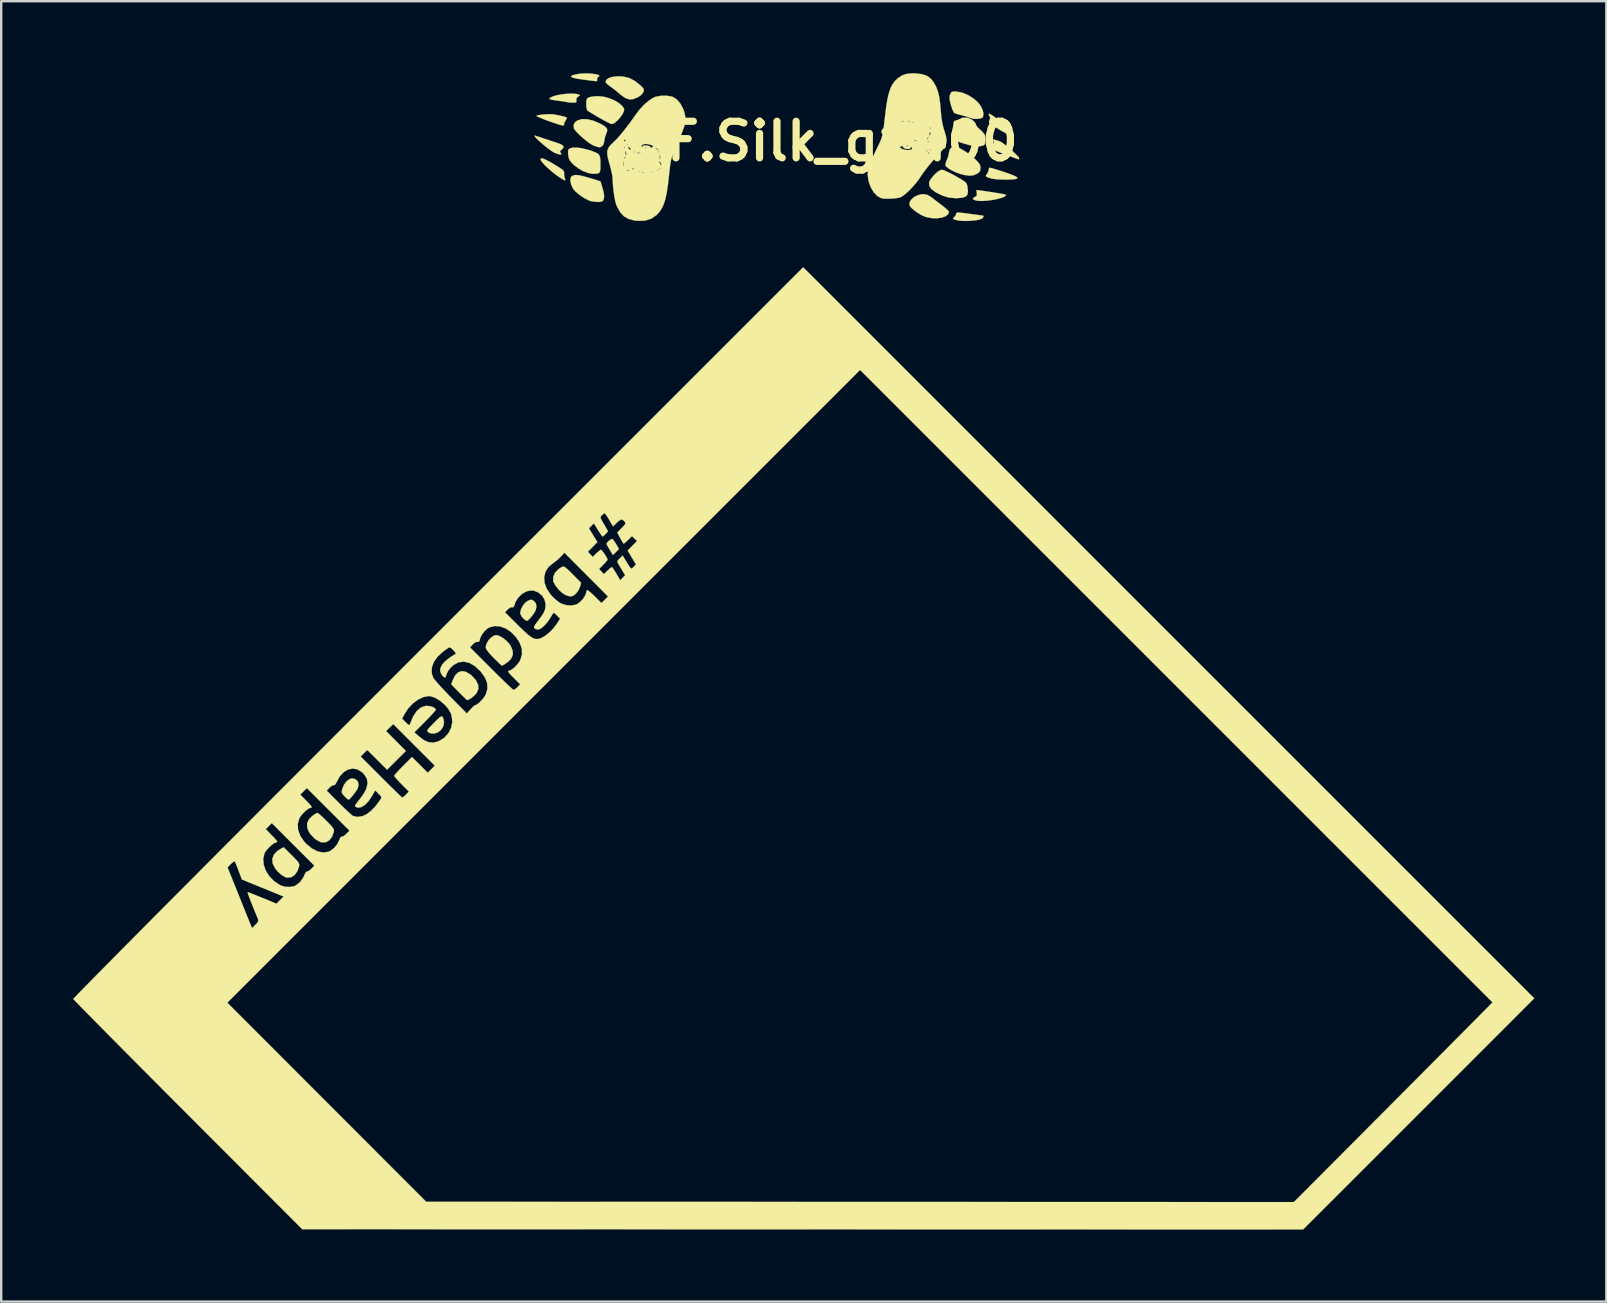
<source format=kicad_pcb>
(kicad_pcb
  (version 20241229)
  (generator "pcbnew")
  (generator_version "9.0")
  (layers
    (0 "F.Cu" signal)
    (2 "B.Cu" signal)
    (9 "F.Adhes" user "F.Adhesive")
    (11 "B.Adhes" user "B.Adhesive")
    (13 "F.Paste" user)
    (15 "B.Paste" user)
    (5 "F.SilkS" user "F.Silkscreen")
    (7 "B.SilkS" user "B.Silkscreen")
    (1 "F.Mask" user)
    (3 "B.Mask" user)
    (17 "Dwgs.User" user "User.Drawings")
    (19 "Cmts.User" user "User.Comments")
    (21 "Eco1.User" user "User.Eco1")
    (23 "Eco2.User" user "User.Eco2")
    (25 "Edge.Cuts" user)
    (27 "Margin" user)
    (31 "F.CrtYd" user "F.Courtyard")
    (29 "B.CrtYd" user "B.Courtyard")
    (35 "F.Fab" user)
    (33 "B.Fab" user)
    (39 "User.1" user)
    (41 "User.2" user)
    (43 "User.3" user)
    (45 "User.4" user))
  (footprint "F.Silk_g1400"
    (layer "F.Cu")
    (at 32.043 2.837)
    (property "Reference" "F.Silk_g1400" (at 0 0 0) (layer "F.SilkS") (effects (font (size 1.524 1.524) (thickness 0.3))))
    (attr through_hole)
    (fp_poly (pts (xy -9.574 16.569) (xy -9.531 16.618) (xy -9.464 16.715) (xy -9.418 16.79) (xy -9.304 16.986) (xy -9.43 17.112) (xy -9.555 17.237) (xy -9.688 17.021) (xy -9.759 16.9) (xy -9.808 16.808) (xy -9.821 16.771) (xy -9.792 16.713) (xy -9.723 16.644) (xy -9.643 16.588) (xy -9.583 16.566) (xy -9.574 16.569)) (stroke (width 0.01) (type solid)) (fill yes) (layer "F.SilkS"))
    (fp_poly (pts (xy -22.938 29.746) (xy -22.792 29.894) (xy -22.697 29.998) (xy -22.645 30.072) (xy -22.625 30.132) (xy -22.628 30.191) (xy -22.631 30.205) (xy -22.704 30.412) (xy -22.816 30.567) (xy -22.955 30.66) (xy -23.111 30.682) (xy -23.199 30.661) (xy -23.356 30.572) (xy -23.518 30.428) (xy -23.626 30.299) (xy -23.729 30.1) (xy -23.749 29.908) (xy -23.688 29.731) (xy -23.549 29.575) (xy -23.403 29.482) (xy -23.272 29.414) (xy -22.938 29.746)) (stroke (width 0.01) (type solid)) (fill yes) (layer "F.SilkS"))
    (fp_poly (pts (xy -16.649 23.987) (xy -16.648 23.989) (xy -16.613 24.078) (xy -16.595 24.203) (xy -16.595 24.227) (xy -16.63 24.39) (xy -16.722 24.527) (xy -16.852 24.627) (xy -17.003 24.677) (xy -17.155 24.668) (xy -17.253 24.619) (xy -17.286 24.589) (xy -17.293 24.554) (xy -17.266 24.503) (xy -17.197 24.422) (xy -17.079 24.299) (xy -17.018 24.237) (xy -16.876 24.096) (xy -16.78 24.008) (xy -16.718 23.966) (xy -16.678 23.962) (xy -16.649 23.987)) (stroke (width 0.01) (type solid)) (fill yes) (layer "F.SilkS"))
    (fp_poly (pts (xy -15.677 22.105) (xy -15.49 22.218) (xy -15.444 22.258) (xy -15.267 22.452) (xy -15.173 22.639) (xy -15.162 22.818) (xy -15.235 22.987) (xy -15.266 23.028) (xy -15.356 23.116) (xy -15.466 23.201) (xy -15.569 23.263) (xy -15.63 23.283) (xy -15.664 23.255) (xy -15.744 23.179) (xy -15.858 23.066) (xy -15.968 22.955) (xy -16.293 22.627) (xy -16.236 22.466) (xy -16.133 22.255) (xy -16.003 22.124) (xy -15.849 22.074) (xy -15.677 22.105)) (stroke (width 0.01) (type solid)) (fill yes) (layer "F.SilkS"))
    (fp_poly (pts (xy -20.277 26.578) (xy -20.187 26.669) (xy -20.153 26.8) (xy -20.186 26.952) (xy -20.199 26.98) (xy -20.254 27.069) (xy -20.336 27.18) (xy -20.425 27.291) (xy -20.506 27.381) (xy -20.56 27.429) (xy -20.569 27.432) (xy -20.614 27.404) (xy -20.694 27.333) (xy -20.738 27.289) (xy -20.821 27.197) (xy -20.854 27.126) (xy -20.847 27.041) (xy -20.83 26.976) (xy -20.757 26.802) (xy -20.647 26.66) (xy -20.519 26.568) (xy -20.415 26.543) (xy -20.277 26.578)) (stroke (width 0.01) (type solid)) (fill yes) (layer "F.SilkS"))
    (fp_poly (pts (xy -12.856 19.147) (xy -12.851 19.15) (xy -12.765 19.253) (xy -12.741 19.394) (xy -12.781 19.551) (xy -12.791 19.571) (xy -12.862 19.688) (xy -12.952 19.807) (xy -13.042 19.909) (xy -13.114 19.971) (xy -13.14 19.981) (xy -13.201 19.953) (xy -13.286 19.883) (xy -13.306 19.863) (xy -13.381 19.761) (xy -13.419 19.663) (xy -13.42 19.649) (xy -13.386 19.496) (xy -13.301 19.335) (xy -13.185 19.203) (xy -13.103 19.148) (xy -13.002 19.106) (xy -12.933 19.105) (xy -12.856 19.147)) (stroke (width 0.01) (type solid)) (fill yes) (layer "F.SilkS"))
    (fp_poly (pts (xy -10.567 -2.825) (xy -10.405 -2.813) (xy -10.268 -2.793) (xy -10.168 -2.767) (xy -10.12 -2.736) (xy -10.136 -2.703) (xy -10.169 -2.687) (xy -10.217 -2.63) (xy -10.214 -2.58) (xy -10.217 -2.513) (xy -10.25 -2.503) (xy -10.313 -2.511) (xy -10.441 -2.526) (xy -10.615 -2.548) (xy -10.806 -2.573) (xy -11.053 -2.61) (xy -11.216 -2.646) (xy -11.295 -2.683) (xy -11.292 -2.721) (xy -11.206 -2.76) (xy -11.06 -2.796) (xy -10.907 -2.818) (xy -10.739 -2.827) (xy -10.567 -2.825)) (stroke (width 0.01) (type solid)) (fill yes) (layer "F.SilkS"))
    (fp_poly (pts (xy -11.596 17.723) (xy -11.536 17.756) (xy -11.451 17.828) (xy -11.327 17.947) (xy -11.234 18.04) (xy -10.881 18.394) (xy -10.926 18.56) (xy -10.993 18.712) (xy -11.095 18.844) (xy -11.211 18.935) (xy -11.31 18.964) (xy -11.416 18.945) (xy -11.539 18.899) (xy -11.548 18.895) (xy -11.684 18.803) (xy -11.823 18.669) (xy -11.944 18.518) (xy -12.026 18.374) (xy -12.047 18.31) (xy -12.039 18.13) (xy -11.956 17.959) (xy -11.804 17.81) (xy -11.689 17.739) (xy -11.642 17.72) (xy -11.596 17.723)) (stroke (width 0.01) (type solid)) (fill yes) (layer "F.SilkS"))
    (fp_poly (pts (xy -10.98 1.413) (xy -10.792 1.454) (xy -10.538 1.526) (xy -10.517 1.533) (xy -10.074 1.668) (xy -9.986 1.963) (xy -9.936 2.157) (xy -9.922 2.296) (xy -9.935 2.389) (xy -9.965 2.467) (xy -10.013 2.507) (xy -10.105 2.525) (xy -10.183 2.529) (xy -10.445 2.503) (xy -10.575 2.457) (xy -10.784 2.344) (xy -10.977 2.211) (xy -11.133 2.074) (xy -11.217 1.971) (xy -11.297 1.802) (xy -11.33 1.643) (xy -11.314 1.516) (xy -11.282 1.467) (xy -11.213 1.421) (xy -11.116 1.402) (xy -10.98 1.413)) (stroke (width 0.01) (type solid)) (fill yes) (layer "F.SilkS"))
    (fp_poly (pts (xy -21.817 28.011) (xy -21.727 28.088) (xy -21.606 28.201) (xy -21.489 28.316) (xy -21.344 28.465) (xy -21.25 28.57) (xy -21.198 28.645) (xy -21.179 28.705) (xy -21.183 28.764) (xy -21.185 28.773) (xy -21.259 28.976) (xy -21.374 29.123) (xy -21.518 29.204) (xy -21.682 29.211) (xy -21.745 29.194) (xy -21.96 29.074) (xy -22.152 28.876) (xy -22.2 28.809) (xy -22.291 28.616) (xy -22.299 28.43) (xy -22.242 28.283) (xy -22.169 28.192) (xy -22.065 28.098) (xy -21.957 28.021) (xy -21.872 27.983) (xy -21.862 27.982) (xy -21.817 28.011)) (stroke (width 0.01) (type solid)) (fill yes) (layer "F.SilkS"))
    (fp_poly (pts (xy -14.294 20.606) (xy -14.146 20.689) (xy -13.997 20.806) (xy -13.872 20.94) (xy -13.826 21.008) (xy -13.737 21.208) (xy -13.725 21.38) (xy -13.788 21.537) (xy -13.827 21.588) (xy -13.916 21.676) (xy -14.027 21.761) (xy -14.13 21.824) (xy -14.191 21.844) (xy -14.225 21.816) (xy -14.305 21.74) (xy -14.419 21.628) (xy -14.532 21.515) (xy -14.707 21.329) (xy -14.816 21.189) (xy -14.858 21.097) (xy -14.859 21.09) (xy -14.827 20.941) (xy -14.743 20.793) (xy -14.627 20.669) (xy -14.498 20.59) (xy -14.417 20.574) (xy -14.294 20.606)) (stroke (width 0.01) (type solid)) (fill yes) (layer "F.SilkS"))
    (fp_poly (pts (xy -12.394 0.748) (xy -12.234 0.829) (xy -12.034 0.945) (xy -11.845 1.059) (xy -11.718 1.141) (xy -11.64 1.201) (xy -11.601 1.25) (xy -11.588 1.3) (xy -11.59 1.355) (xy -11.585 1.467) (xy -11.556 1.546) (xy -11.556 1.547) (xy -11.535 1.605) (xy -11.548 1.624) (xy -11.596 1.611) (xy -11.695 1.555) (xy -11.828 1.468) (xy -11.925 1.399) (xy -12.095 1.266) (xy -12.257 1.125) (xy -12.399 0.989) (xy -12.506 0.87) (xy -12.565 0.784) (xy -12.573 0.757) (xy -12.556 0.714) (xy -12.498 0.71) (xy -12.394 0.748)) (stroke (width 0.01) (type solid)) (fill yes) (layer "F.SilkS"))
    (fp_poly (pts (xy 4.909 2.974) (xy 5.057 2.99) (xy 5.273 3.018) (xy 5.334 3.027) (xy 5.523 3.052) (xy 5.682 3.073) (xy 5.793 3.086) (xy 5.831 3.089) (xy 5.884 3.112) (xy 5.877 3.161) (xy 5.823 3.217) (xy 5.747 3.253) (xy 5.564 3.291) (xy 5.336 3.314) (xy 5.099 3.32) (xy 4.892 3.307) (xy 4.854 3.301) (xy 4.702 3.269) (xy 4.628 3.237) (xy 4.623 3.198) (xy 4.667 3.156) (xy 4.728 3.082) (xy 4.741 3.033) (xy 4.745 2.999) (xy 4.766 2.978) (xy 4.816 2.97) (xy 4.909 2.974)) (stroke (width 0.01) (type solid)) (fill yes) (layer "F.SilkS"))
    (fp_poly (pts (xy 6.208 1.114) (xy 6.33 1.149) (xy 6.5 1.201) (xy 6.7 1.266) (xy 6.753 1.284) (xy 7.012 1.374) (xy 7.188 1.446) (xy 7.284 1.501) (xy 7.3 1.541) (xy 7.236 1.569) (xy 7.094 1.587) (xy 6.874 1.596) (xy 6.858 1.596) (xy 6.622 1.594) (xy 6.408 1.58) (xy 6.244 1.557) (xy 6.212 1.549) (xy 6.066 1.506) (xy 5.993 1.468) (xy 5.981 1.426) (xy 6.021 1.368) (xy 6.026 1.362) (xy 6.082 1.264) (xy 6.096 1.193) (xy 6.117 1.12) (xy 6.15 1.101) (xy 6.208 1.114)) (stroke (width 0.01) (type solid)) (fill yes) (layer "F.SilkS"))
    (fp_poly (pts (xy -12.042 -1.122) (xy -12.031 -1.121) (xy -11.827 -1.084) (xy -11.657 -1.047) (xy -11.534 -1.012) (xy -11.475 -0.985) (xy -11.472 -0.979) (xy -11.494 -0.926) (xy -11.537 -0.858) (xy -11.581 -0.772) (xy -11.59 -0.717) (xy -11.591 -0.678) (xy -11.622 -0.662) (xy -11.695 -0.669) (xy -11.819 -0.702) (xy -12.003 -0.763) (xy -12.203 -0.833) (xy -12.4 -0.906) (xy -12.565 -0.971) (xy -12.683 -1.022) (xy -12.74 -1.053) (xy -12.742 -1.058) (xy -12.704 -1.08) (xy -12.604 -1.1) (xy -12.464 -1.117) (xy -12.309 -1.127) (xy -12.161 -1.13) (xy -12.042 -1.122)) (stroke (width 0.01) (type solid)) (fill yes) (layer "F.SilkS"))
    (fp_poly (pts (xy 5.664 2.038) (xy 5.792 2.055) (xy 5.961 2.079) (xy 6.153 2.108) (xy 6.349 2.138) (xy 6.53 2.168) (xy 6.68 2.194) (xy 6.778 2.213) (xy 6.807 2.221) (xy 6.81 2.266) (xy 6.743 2.313) (xy 6.621 2.36) (xy 6.459 2.404) (xy 6.272 2.441) (xy 6.075 2.469) (xy 5.882 2.484) (xy 5.708 2.484) (xy 5.588 2.47) (xy 5.474 2.433) (xy 5.441 2.388) (xy 5.49 2.338) (xy 5.516 2.325) (xy 5.594 2.273) (xy 5.609 2.197) (xy 5.602 2.153) (xy 5.59 2.067) (xy 5.595 2.032) (xy 5.664 2.038)) (stroke (width 0.01) (type solid)) (fill yes) (layer "F.SilkS"))
    (fp_poly (pts (xy 6.141 -1.141) (xy 6.227 -1.094) (xy 6.349 -1.012) (xy 6.492 -0.907) (xy 6.641 -0.79) (xy 6.783 -0.672) (xy 6.902 -0.563) (xy 6.98 -0.48) (xy 7.07 -0.354) (xy 7.095 -0.273) (xy 7.055 -0.23) (xy 7.046 -0.227) (xy 6.996 -0.243) (xy 6.889 -0.295) (xy 6.743 -0.375) (xy 6.59 -0.463) (xy 6.387 -0.584) (xy 6.248 -0.671) (xy 6.162 -0.733) (xy 6.119 -0.78) (xy 6.11 -0.821) (xy 6.125 -0.864) (xy 6.137 -0.887) (xy 6.165 -0.976) (xy 6.137 -1.038) (xy 6.103 -1.112) (xy 6.103 -1.144) (xy 6.141 -1.141)) (stroke (width 0.01) (type solid)) (fill yes) (layer "F.SilkS"))
    (fp_poly (pts (xy -11.11 -1.978) (xy -10.986 -1.951) (xy -10.931 -1.924) (xy -10.945 -1.898) (xy -11.001 -1.866) (xy -11.075 -1.799) (xy -11.08 -1.711) (xy -11.075 -1.646) (xy -11.107 -1.618) (xy -11.197 -1.611) (xy -11.235 -1.612) (xy -11.355 -1.617) (xy -11.439 -1.627) (xy -11.451 -1.63) (xy -11.51 -1.642) (xy -11.631 -1.661) (xy -11.792 -1.685) (xy -11.868 -1.695) (xy -12.046 -1.721) (xy -12.151 -1.743) (xy -12.197 -1.766) (xy -12.194 -1.792) (xy -12.186 -1.802) (xy -12.085 -1.86) (xy -11.923 -1.911) (xy -11.722 -1.951) (xy -11.504 -1.977) (xy -11.293 -1.987) (xy -11.11 -1.978)) (stroke (width 0.01) (type solid)) (fill yes) (layer "F.SilkS"))
    (fp_poly (pts (xy -9.152 -2.7) (xy -8.895 -2.644) (xy -8.651 -2.52) (xy -8.435 -2.35) (xy -8.329 -2.251) (xy -8.276 -2.184) (xy -8.265 -2.128) (xy -8.286 -2.059) (xy -8.291 -2.046) (xy -8.387 -1.921) (xy -8.533 -1.828) (xy -8.709 -1.758) (xy -8.853 -1.743) (xy -8.992 -1.783) (xy -9.038 -1.806) (xy -9.15 -1.877) (xy -9.276 -1.976) (xy -9.313 -2.01) (xy -9.439 -2.116) (xy -9.59 -2.231) (xy -9.663 -2.282) (xy -9.772 -2.365) (xy -9.845 -2.439) (xy -9.864 -2.476) (xy -9.824 -2.569) (xy -9.715 -2.642) (xy -9.549 -2.69) (xy -9.338 -2.708) (xy -9.152 -2.7)) (stroke (width 0.01) (type solid)) (fill yes) (layer "F.SilkS"))
    (fp_poly (pts (xy -11.023 0.265) (xy -10.793 0.301) (xy -10.541 0.368) (xy -10.45 0.399) (xy -10.287 0.461) (xy -10.18 0.518) (xy -10.117 0.589) (xy -10.087 0.694) (xy -10.077 0.852) (xy -10.076 1.001) (xy -10.08 1.173) (xy -10.102 1.278) (xy -10.157 1.332) (xy -10.261 1.352) (xy -10.39 1.355) (xy -10.58 1.324) (xy -10.802 1.239) (xy -10.82 1.23) (xy -10.985 1.133) (xy -11.146 1.015) (xy -11.235 0.936) (xy -11.34 0.814) (xy -11.395 0.7) (xy -11.42 0.557) (xy -11.427 0.428) (xy -11.413 0.354) (xy -11.368 0.309) (xy -11.344 0.296) (xy -11.213 0.263) (xy -11.023 0.265)) (stroke (width 0.01) (type solid)) (fill yes) (layer "F.SilkS"))
    (fp_poly (pts (xy -10.626 -0.919) (xy -10.374 -0.86) (xy -10.121 -0.753) (xy -9.946 -0.657) (xy -9.841 -0.578) (xy -9.795 -0.5) (xy -9.8 -0.408) (xy -9.84 -0.302) (xy -9.888 -0.167) (xy -9.914 -0.04) (xy -9.916 -0.013) (xy -9.943 0.113) (xy -10.012 0.21) (xy -10.104 0.252) (xy -10.114 0.252) (xy -10.193 0.235) (xy -10.312 0.197) (xy -10.363 0.178) (xy -10.477 0.115) (xy -10.622 0.013) (xy -10.781 -0.115) (xy -10.934 -0.252) (xy -11.064 -0.382) (xy -11.153 -0.489) (xy -11.178 -0.533) (xy -11.196 -0.676) (xy -11.132 -0.795) (xy -11.03 -0.87) (xy -10.85 -0.923) (xy -10.626 -0.919)) (stroke (width 0.01) (type solid)) (fill yes) (layer "F.SilkS"))
    (fp_poly (pts (xy 3.539 2.229) (xy 3.693 2.318) (xy 3.798 2.399) (xy 3.943 2.51) (xy 4.102 2.63) (xy 4.144 2.662) (xy 4.278 2.768) (xy 4.382 2.861) (xy 4.439 2.924) (xy 4.445 2.939) (xy 4.406 3.044) (xy 4.301 3.125) (xy 4.144 3.181) (xy 3.951 3.208) (xy 3.738 3.203) (xy 3.52 3.163) (xy 3.443 3.139) (xy 3.297 3.074) (xy 3.139 2.979) (xy 2.99 2.872) (xy 2.872 2.767) (xy 2.807 2.682) (xy 2.805 2.677) (xy 2.801 2.559) (xy 2.864 2.439) (xy 2.98 2.332) (xy 3.132 2.25) (xy 3.305 2.206) (xy 3.37 2.202) (xy 3.539 2.229)) (stroke (width 0.01) (type solid)) (fill yes) (layer "F.SilkS"))
    (fp_poly (pts (xy -12.79 -0.23) (xy -12.691 -0.202) (xy -12.549 -0.157) (xy -12.478 -0.132) (xy -12.278 -0.065) (xy -12.073 0.004) (xy -11.901 0.059) (xy -11.881 0.066) (xy -11.711 0.131) (xy -11.624 0.195) (xy -11.615 0.262) (xy -11.682 0.337) (xy -11.686 0.34) (xy -11.752 0.401) (xy -11.752 0.451) (xy -11.73 0.483) (xy -11.697 0.535) (xy -11.734 0.549) (xy -11.753 0.549) (xy -11.844 0.531) (xy -11.963 0.49) (xy -11.977 0.484) (xy -12.077 0.428) (xy -12.209 0.335) (xy -12.358 0.22) (xy -12.509 0.094) (xy -12.646 -0.028) (xy -12.754 -0.134) (xy -12.817 -0.21) (xy -12.827 -0.235) (xy -12.79 -0.23)) (stroke (width 0.01) (type solid)) (fill yes) (layer "F.SilkS"))
    (fp_poly (pts (xy 4.225 1.206) (xy 4.358 1.262) (xy 4.527 1.345) (xy 4.713 1.446) (xy 4.721 1.45) (xy 4.912 1.561) (xy 5.043 1.641) (xy 5.126 1.703) (xy 5.174 1.758) (xy 5.199 1.819) (xy 5.216 1.896) (xy 5.217 1.906) (xy 5.237 2.09) (xy 5.214 2.221) (xy 5.138 2.305) (xy 5.002 2.351) (xy 4.795 2.368) (xy 4.707 2.369) (xy 4.428 2.342) (xy 4.175 2.264) (xy 3.91 2.135) (xy 3.728 2.002) (xy 3.629 1.866) (xy 3.613 1.729) (xy 3.642 1.649) (xy 3.734 1.511) (xy 3.852 1.378) (xy 3.977 1.268) (xy 4.09 1.199) (xy 4.145 1.185) (xy 4.225 1.206)) (stroke (width 0.01) (type solid)) (fill yes) (layer "F.SilkS"))
    (fp_poly (pts (xy -9.93 -1.855) (xy -9.695 -1.79) (xy -9.474 -1.695) (xy -9.286 -1.578) (xy -9.148 -1.449) (xy -9.089 -1.347) (xy -9.097 -1.258) (xy -9.155 -1.137) (xy -9.248 -1.003) (xy -9.361 -0.876) (xy -9.475 -0.777) (xy -9.577 -0.724) (xy -9.605 -0.72) (xy -9.667 -0.74) (xy -9.784 -0.796) (xy -9.941 -0.878) (xy -10.118 -0.978) (xy -10.295 -1.081) (xy -10.448 -1.173) (xy -10.56 -1.242) (xy -10.615 -1.279) (xy -10.646 -1.346) (xy -10.665 -1.47) (xy -10.668 -1.551) (xy -10.664 -1.687) (xy -10.644 -1.763) (xy -10.598 -1.808) (xy -10.552 -1.831) (xy -10.447 -1.857) (xy -10.295 -1.875) (xy -10.159 -1.879) (xy -9.93 -1.855)) (stroke (width 0.01) (type solid)) (fill yes) (layer "F.SilkS"))
    (fp_poly (pts (xy 5.076 -0.865) (xy 5.254 -0.814) (xy 5.32 -0.786) (xy 5.469 -0.7) (xy 5.635 -0.58) (xy 5.754 -0.477) (xy 5.868 -0.362) (xy 5.933 -0.276) (xy 5.962 -0.194) (xy 5.969 -0.09) (xy 5.969 -0.073) (xy 5.959 0.062) (xy 5.925 0.139) (xy 5.887 0.168) (xy 5.746 0.205) (xy 5.545 0.202) (xy 5.301 0.16) (xy 5.038 0.085) (xy 4.863 0.024) (xy 4.753 -0.024) (xy 4.691 -0.069) (xy 4.66 -0.121) (xy 4.651 -0.155) (xy 4.629 -0.3) (xy 4.62 -0.466) (xy 4.623 -0.628) (xy 4.637 -0.759) (xy 4.662 -0.835) (xy 4.665 -0.838) (xy 4.758 -0.879) (xy 4.903 -0.887) (xy 5.076 -0.865)) (stroke (width 0.01) (type solid)) (fill yes) (layer "F.SilkS"))
    (fp_poly (pts (xy 4.986 -2.033) (xy 5.26 -1.915) (xy 5.506 -1.755) (xy 5.656 -1.618) (xy 5.774 -1.459) (xy 5.853 -1.294) (xy 5.884 -1.143) (xy 5.862 -1.021) (xy 5.834 -0.982) (xy 5.758 -0.951) (xy 5.634 -0.935) (xy 5.496 -0.936) (xy 5.379 -0.954) (xy 5.335 -0.972) (xy 5.263 -1.002) (xy 5.137 -1.042) (xy 4.995 -1.079) (xy 4.846 -1.119) (xy 4.726 -1.155) (xy 4.665 -1.18) (xy 4.628 -1.235) (xy 4.58 -1.348) (xy 4.532 -1.495) (xy 4.529 -1.505) (xy 4.485 -1.679) (xy 4.469 -1.802) (xy 4.48 -1.9) (xy 4.491 -1.936) (xy 4.525 -2.021) (xy 4.574 -2.061) (xy 4.665 -2.073) (xy 4.734 -2.073) (xy 4.986 -2.033)) (stroke (width 0.01) (type solid)) (fill yes) (layer "F.SilkS"))
    (fp_poly (pts (xy 6.333 -0.066) (xy 6.35 -0.063) (xy 6.485 -0.025) (xy 6.604 0.022) (xy 6.604 0.022) (xy 6.698 0.082) (xy 6.823 0.177) (xy 6.963 0.293) (xy 7.103 0.417) (xy 7.227 0.534) (xy 7.319 0.63) (xy 7.364 0.692) (xy 7.366 0.7) (xy 7.36 0.753) (xy 7.355 0.757) (xy 7.314 0.742) (xy 7.208 0.703) (xy 7.051 0.645) (xy 6.857 0.574) (xy 6.775 0.544) (xy 6.568 0.465) (xy 6.39 0.393) (xy 6.256 0.333) (xy 6.181 0.293) (xy 6.171 0.284) (xy 6.176 0.22) (xy 6.24 0.143) (xy 6.307 0.077) (xy 6.313 0.031) (xy 6.272 -0.02) (xy 6.232 -0.067) (xy 6.249 -0.08) (xy 6.333 -0.066)) (stroke (width 0.01) (type solid)) (fill yes) (layer "F.SilkS"))
    (fp_poly (pts (xy 4.772 0.238) (xy 4.927 0.308) (xy 5.106 0.411) (xy 5.287 0.533) (xy 5.451 0.665) (xy 5.494 0.704) (xy 5.625 0.833) (xy 5.704 0.928) (xy 5.744 1.005) (xy 5.757 1.086) (xy 5.757 1.109) (xy 5.744 1.222) (xy 5.69 1.299) (xy 5.615 1.351) (xy 5.471 1.414) (xy 5.304 1.432) (xy 5.096 1.406) (xy 4.954 1.371) (xy 4.761 1.306) (xy 4.572 1.218) (xy 4.415 1.123) (xy 4.322 1.042) (xy 4.297 0.987) (xy 4.307 0.909) (xy 4.356 0.783) (xy 4.357 0.78) (xy 4.409 0.64) (xy 4.441 0.512) (xy 4.445 0.467) (xy 4.476 0.35) (xy 4.553 0.255) (xy 4.651 0.212) (xy 4.66 0.212) (xy 4.772 0.238)) (stroke (width 0.01) (type solid)) (fill yes) (layer "F.SilkS"))
    (fp_poly (pts (xy -7.115 -1.868) (xy -7.055 -1.847) (xy -6.885 -1.734) (xy -6.736 -1.556) (xy -6.62 -1.328) (xy -6.583 -1.216) (xy -6.546 -1.058) (xy -6.533 -0.914) (xy -6.548 -0.765) (xy -6.593 -0.593) (xy -6.673 -0.379) (xy -6.758 -0.175) (xy -6.848 0.034) (xy -6.938 0.242) (xy -7.014 0.422) (xy -7.054 0.516) (xy -7.102 0.653) (xy -7.143 0.823) (xy -7.178 1.043) (xy -7.211 1.327) (xy -7.219 1.405) (xy -7.264 1.807) (xy -7.313 2.137) (xy -7.37 2.404) (xy -7.438 2.62) (xy -7.521 2.797) (xy -7.622 2.946) (xy -7.73 3.065) (xy -7.95 3.221) (xy -8.213 3.304) (xy -8.52 3.315) (xy -8.672 3.297) (xy -8.909 3.234) (xy -9.098 3.125) (xy -9.251 2.958) (xy -9.383 2.722) (xy -9.417 2.645) (xy -9.456 2.515) (xy -9.493 2.326) (xy -9.526 2.101) (xy -9.552 1.866) (xy -9.565 1.645) (xy -9.567 1.561) (xy -9.58 1.435) (xy -9.609 1.284) (xy -8.326 1.284) (xy -8.32 1.309) (xy -8.297 1.312) (xy -8.262 1.297) (xy -8.265 1.291) (xy -7.959 1.291) (xy -7.938 1.312) (xy -7.916 1.291) (xy -7.938 1.27) (xy -7.959 1.291) (xy -8.265 1.291) (xy -8.269 1.284) (xy -8.319 1.279) (xy -8.326 1.284) (xy -9.609 1.284) (xy -9.615 1.257) (xy -9.617 1.249) (xy -8.467 1.249) (xy -8.445 1.27) (xy -8.424 1.249) (xy -8.445 1.228) (xy -8.467 1.249) (xy -9.617 1.249) (xy -9.625 1.215) (xy -8.991 1.215) (xy -8.932 1.221) (xy -8.872 1.214) (xy -8.876 1.206) (xy -7.705 1.206) (xy -7.684 1.228) (xy -7.662 1.206) (xy -7.684 1.185) (xy -7.705 1.206) (xy -8.876 1.206) (xy -8.879 1.2) (xy -8.966 1.194) (xy -8.985 1.2) (xy -8.991 1.215) (xy -9.625 1.215) (xy -9.633 1.183) (xy -8.753 1.183) (xy -8.747 1.185) (xy -8.708 1.156) (xy -8.7 1.143) (xy -8.694 1.122) (xy -7.62 1.122) (xy -7.599 1.143) (xy -7.578 1.122) (xy -7.599 1.101) (xy -7.62 1.122) (xy -8.694 1.122) (xy -8.689 1.103) (xy -8.695 1.101) (xy -8.733 1.13) (xy -8.742 1.143) (xy -8.753 1.183) (xy -9.633 1.183) (xy -9.665 1.057) (xy -9.697 0.947) (xy -9.701 0.931) (xy -9.132 0.931) (xy -9.129 1.023) (xy -9.121 1.048) (xy -9.114 1.027) (xy -9.107 0.903) (xy -9.112 0.859) (xy -7.661 0.859) (xy -7.631 0.875) (xy -7.583 0.93) (xy -7.578 0.963) (xy -7.565 1.008) (xy -7.551 1.004) (xy -7.541 0.947) (xy -7.55 0.912) (xy -7.6 0.857) (xy -7.629 0.85) (xy -7.661 0.859) (xy -9.112 0.859) (xy -9.114 0.836) (xy -9.125 0.816) (xy -9.131 0.869) (xy -9.132 0.931) (xy -9.701 0.931) (xy -9.761 0.717) (xy -9.091 0.717) (xy -9.085 0.72) (xy -9.047 0.69) (xy -9.038 0.677) (xy -9.032 0.656) (xy -7.609 0.656) (xy -7.606 0.743) (xy -7.596 0.766) (xy -7.591 0.752) (xy -7.583 0.65) (xy -7.59 0.583) (xy -7.601 0.559) (xy -7.608 0.61) (xy -7.609 0.656) (xy -9.032 0.656) (xy -9.027 0.638) (xy -9.033 0.635) (xy -9.072 0.665) (xy -9.081 0.677) (xy -9.091 0.717) (xy -9.761 0.717) (xy -9.765 0.701) (xy -9.795 0.512) (xy -9.785 0.409) (xy -9.057 0.409) (xy -9.047 0.481) (xy -9.022 0.551) (xy -8.995 0.582) (xy -8.99 0.579) (xy -8.991 0.532) (xy -9.004 0.492) (xy -8.557 0.492) (xy -8.501 0.499) (xy -8.488 0.5) (xy -8.416 0.495) (xy -8.409 0.482) (xy -8.413 0.48) (xy -8.497 0.472) (xy -8.54 0.479) (xy -8.557 0.492) (xy -9.004 0.492) (xy -9.013 0.461) (xy -9.022 0.445) (xy -8.678 0.445) (xy -8.657 0.466) (xy -8.636 0.445) (xy -7.662 0.445) (xy -7.641 0.466) (xy -7.62 0.445) (xy -7.641 0.423) (xy -7.662 0.445) (xy -8.636 0.445) (xy -8.657 0.423) (xy -8.678 0.445) (xy -9.022 0.445) (xy -9.043 0.403) (xy -9.057 0.409) (xy -9.785 0.409) (xy -9.781 0.364) (xy -9.73 0.254) (xy -9.102 0.254) (xy -9.086 0.289) (xy -9.073 0.282) (xy -9.068 0.232) (xy -9.069 0.231) (xy -8.923 0.231) (xy -8.918 0.276) (xy -8.89 0.318) (xy -8.837 0.362) (xy -8.814 0.362) (xy -8.82 0.317) (xy -8.848 0.275) (xy -8.213 0.275) (xy -8.191 0.296) (xy -8.17 0.275) (xy -8.191 0.254) (xy -8.213 0.275) (xy -8.848 0.275) (xy -8.9 0.231) (xy -8.923 0.231) (xy -9.069 0.231) (xy -9.073 0.226) (xy -9.099 0.232) (xy -9.102 0.254) (xy -9.73 0.254) (xy -9.722 0.238) (xy -9.697 0.209) (xy -8.37 0.209) (xy -8.333 0.237) (xy -8.304 0.242) (xy -8.316 0.216) (xy -8.314 0.184) (xy -8.247 0.174) (xy -8.164 0.177) (xy -8.042 0.195) (xy -7.994 0.229) (xy -7.993 0.251) (xy -7.99 0.288) (xy -7.947 0.262) (xy -7.935 0.254) (xy -7.787 0.254) (xy -7.776 0.276) (xy -7.752 0.307) (xy -7.691 0.373) (xy -7.663 0.372) (xy -7.662 0.365) (xy -7.691 0.33) (xy -7.736 0.291) (xy -7.787 0.254) (xy -7.935 0.254) (xy -7.888 0.225) (xy -7.869 0.223) (xy -7.87 0.21) (xy -7.873 0.206) (xy -7.954 0.157) (xy -8.078 0.122) (xy -8.206 0.109) (xy -8.295 0.126) (xy -8.369 0.173) (xy -8.37 0.209) (xy -9.697 0.209) (xy -9.643 0.148) (xy -8.975 0.148) (xy -8.954 0.169) (xy -8.932 0.148) (xy -8.954 0.127) (xy -8.975 0.148) (xy -9.643 0.148) (xy -9.614 0.115) (xy -9.549 0.055) (xy -9.446 -0.045) (xy -9.102 -0.045) (xy -9.071 -0.002) (xy -9.059 0) (xy -9.018 -0.014) (xy -9.017 -0.019) (xy -9.047 -0.055) (xy -9.059 -0.064) (xy -9.098 -0.06) (xy -9.102 -0.045) (xy -9.446 -0.045) (xy -9.409 -0.082) (xy -9.237 -0.275) (xy -9.046 -0.51) (xy -8.849 -0.768) (xy -8.659 -1.036) (xy -8.621 -1.091) (xy -8.448 -1.32) (xy -8.255 -1.526) (xy -8.059 -1.695) (xy -7.876 -1.814) (xy -7.768 -1.858) (xy -7.546 -1.897) (xy -7.317 -1.9) (xy -7.115 -1.868)) (stroke (width 0.01) (type solid)) (fill yes) (layer "F.SilkS"))
    (fp_poly (pts (xy 3.062 -2.828) (xy 3.327 -2.796) (xy 3.53 -2.726) (xy 3.688 -2.611) (xy 3.805 -2.462) (xy 3.906 -2.281) (xy 3.981 -2.087) (xy 4.037 -1.861) (xy 4.076 -1.586) (xy 4.1 -1.308) (xy 4.128 -1.004) (xy 4.167 -0.757) (xy 4.221 -0.537) (xy 4.254 -0.431) (xy 4.32 -0.216) (xy 4.347 -0.048) (xy 4.33 0.096) (xy 4.263 0.236) (xy 4.142 0.396) (xy 4.03 0.521) (xy 3.791 0.788) (xy 3.598 1.017) (xy 3.433 1.229) (xy 3.281 1.445) (xy 3.216 1.542) (xy 3.086 1.72) (xy 2.93 1.902) (xy 2.765 2.072) (xy 2.607 2.213) (xy 2.473 2.308) (xy 2.424 2.332) (xy 2.295 2.363) (xy 2.118 2.384) (xy 1.926 2.393) (xy 1.751 2.389) (xy 1.626 2.37) (xy 1.624 2.37) (xy 1.456 2.277) (xy 1.306 2.117) (xy 1.183 1.908) (xy 1.098 1.668) (xy 1.059 1.414) (xy 1.058 1.365) (xy 1.085 1.176) (xy 1.162 0.924) (xy 1.291 0.613) (xy 1.355 0.48) (xy 3.57 0.48) (xy 3.576 0.505) (xy 3.598 0.508) (xy 3.633 0.493) (xy 3.627 0.48) (xy 3.576 0.475) (xy 3.57 0.48) (xy 1.355 0.48) (xy 1.392 0.402) (xy 3.514 0.402) (xy 3.535 0.423) (xy 3.556 0.402) (xy 3.535 0.381) (xy 3.514 0.402) (xy 1.392 0.402) (xy 1.443 0.296) (xy 1.48 0.221) (xy 2.377 0.221) (xy 2.387 0.243) (xy 2.462 0.304) (xy 2.587 0.348) (xy 2.726 0.367) (xy 2.844 0.355) (xy 2.878 0.34) (xy 2.9 0.318) (xy 3.471 0.318) (xy 3.493 0.339) (xy 3.641 0.339) (xy 3.656 0.374) (xy 3.669 0.367) (xy 3.674 0.317) (xy 3.669 0.31) (xy 3.644 0.316) (xy 3.641 0.339) (xy 3.493 0.339) (xy 3.514 0.318) (xy 3.493 0.296) (xy 3.471 0.318) (xy 2.9 0.318) (xy 2.919 0.298) (xy 2.887 0.25) (xy 2.883 0.245) (xy 2.845 0.219) (xy 2.852 0.24) (xy 2.847 0.29) (xy 2.784 0.317) (xy 2.686 0.318) (xy 2.607 0.297) (xy 2.527 0.248) (xy 2.524 0.201) (xy 2.532 0.183) (xy 2.681 0.183) (xy 2.687 0.209) (xy 2.709 0.212) (xy 2.744 0.196) (xy 2.738 0.183) (xy 2.687 0.178) (xy 2.681 0.183) (xy 2.532 0.183) (xy 2.537 0.169) (xy 2.498 0.196) (xy 2.491 0.201) (xy 2.423 0.23) (xy 2.392 0.222) (xy 2.377 0.221) (xy 1.48 0.221) (xy 1.526 0.129) (xy 1.546 0.085) (xy 2.204 0.085) (xy 2.215 0.107) (xy 2.238 0.138) (xy 2.3 0.203) (xy 2.328 0.203) (xy 2.328 0.196) (xy 2.299 0.16) (xy 2.254 0.122) (xy 2.25 0.119) (xy 3.344 0.119) (xy 3.367 0.169) (xy 3.415 0.221) (xy 3.456 0.24) (xy 3.459 0.238) (xy 3.458 0.192) (xy 3.451 0.169) (xy 3.598 0.169) (xy 3.614 0.204) (xy 3.627 0.198) (xy 3.632 0.147) (xy 3.627 0.141) (xy 3.601 0.147) (xy 3.598 0.169) (xy 3.451 0.169) (xy 3.447 0.154) (xy 3.406 0.098) (xy 3.361 0.086) (xy 3.344 0.119) (xy 2.25 0.119) (xy 2.204 0.085) (xy 1.546 0.085) (xy 1.586 0) (xy 2.159 0) (xy 2.174 0.035) (xy 2.187 0.028) (xy 2.189 0.012) (xy 3.182 0.012) (xy 3.192 0.036) (xy 3.235 0.081) (xy 3.259 0.072) (xy 3.26 0.066) (xy 3.23 0.03) (xy 3.212 0.018) (xy 3.559 0.018) (xy 3.567 0.073) (xy 3.582 0.073) (xy 3.592 0.017) (xy 3.585 -0.008) (xy 3.566 -0.024) (xy 3.559 0.018) (xy 3.212 0.018) (xy 3.211 0.017) (xy 3.182 0.012) (xy 2.189 0.012) (xy 2.191 -0.013) (xy 2.99 -0.013) (xy 3.048 -0.007) (xy 3.108 -0.013) (xy 3.101 -0.028) (xy 3.014 -0.034) (xy 2.995 -0.028) (xy 2.99 -0.013) (xy 2.191 -0.013) (xy 2.192 -0.022) (xy 2.187 -0.028) (xy 2.162 -0.022) (xy 2.159 0) (xy 1.586 0) (xy 1.59 -0.009) (xy 1.62 -0.087) (xy 3.524 -0.087) (xy 3.53 -0.085) (xy 3.568 -0.114) (xy 3.577 -0.127) (xy 3.588 -0.167) (xy 3.582 -0.169) (xy 3.544 -0.14) (xy 3.535 -0.127) (xy 3.524 -0.087) (xy 1.62 -0.087) (xy 1.638 -0.135) (xy 1.653 -0.191) (xy 2.125 -0.191) (xy 2.129 -0.118) (xy 2.143 -0.112) (xy 2.144 -0.116) (xy 2.153 -0.2) (xy 2.146 -0.243) (xy 2.142 -0.247) (xy 3.626 -0.247) (xy 3.649 -0.245) (xy 3.65 -0.246) (xy 3.677 -0.319) (xy 3.674 -0.366) (xy 3.659 -0.402) (xy 3.641 -0.36) (xy 3.633 -0.325) (xy 3.626 -0.247) (xy 2.142 -0.247) (xy 2.133 -0.26) (xy 2.125 -0.204) (xy 2.125 -0.191) (xy 1.653 -0.191) (xy 1.675 -0.266) (xy 1.704 -0.419) (xy 1.718 -0.517) (xy 2.088 -0.517) (xy 2.091 -0.454) (xy 2.127 -0.391) (xy 2.173 -0.357) (xy 2.197 -0.365) (xy 2.19 -0.401) (xy 2.17 -0.411) (xy 2.121 -0.465) (xy 2.113 -0.501) (xy 2.103 -0.54) (xy 2.088 -0.517) (xy 1.718 -0.517) (xy 1.723 -0.55) (xy 3.641 -0.55) (xy 3.656 -0.515) (xy 3.669 -0.522) (xy 3.674 -0.572) (xy 3.669 -0.579) (xy 3.644 -0.573) (xy 3.641 -0.55) (xy 1.723 -0.55) (xy 1.732 -0.612) (xy 1.745 -0.73) (xy 3.447 -0.73) (xy 3.489 -0.723) (xy 3.544 -0.731) (xy 3.545 -0.745) (xy 3.488 -0.755) (xy 3.463 -0.749) (xy 3.447 -0.73) (xy 1.745 -0.73) (xy 1.752 -0.783) (xy 2.328 -0.783) (xy 2.349 -0.762) (xy 2.371 -0.783) (xy 2.921 -0.783) (xy 2.942 -0.762) (xy 2.963 -0.783) (xy 2.942 -0.804) (xy 2.921 -0.783) (xy 2.371 -0.783) (xy 2.349 -0.804) (xy 2.328 -0.783) (xy 1.752 -0.783) (xy 1.755 -0.814) (xy 2.474 -0.814) (xy 2.515 -0.808) (xy 2.563 -0.814) (xy 2.728 -0.814) (xy 2.769 -0.808) (xy 2.824 -0.815) (xy 2.825 -0.83) (xy 2.768 -0.84) (xy 2.744 -0.833) (xy 2.728 -0.814) (xy 2.563 -0.814) (xy 2.57 -0.815) (xy 2.571 -0.83) (xy 2.514 -0.84) (xy 2.49 -0.833) (xy 2.474 -0.814) (xy 1.755 -0.814) (xy 1.761 -0.863) (xy 1.78 -1.033) (xy 1.828 -1.427) (xy 1.88 -1.748) (xy 1.94 -2.006) (xy 2.011 -2.214) (xy 2.098 -2.382) (xy 2.204 -2.521) (xy 2.323 -2.635) (xy 2.501 -2.75) (xy 2.707 -2.814) (xy 2.961 -2.832) (xy 3.062 -2.828)) (stroke (width 0.01) (type solid)) (fill yes) (layer "F.SilkS"))
    (fp_poly (pts (xy 28.829 35.708) (xy 24.014 40.524) (xy 19.198 45.339) (xy -1.651 45.333) (xy -22.5 45.327) (xy -27.26 40.56) (xy -27.789 40.03) (xy -28.302 39.515) (xy -28.795 39.02) (xy -29.266 38.547) (xy -29.711 38.099) (xy -30.127 37.68) (xy -30.511 37.293) (xy -30.859 36.942) (xy -31.168 36.628) (xy -31.436 36.357) (xy -31.659 36.13) (xy -31.833 35.951) (xy -31.893 35.889) (xy -25.623 35.889) (xy -21.479 40.037) (xy -17.335 44.185) (xy 0.741 44.19) (xy 18.817 44.196) (xy 21.527 41.476) (xy 21.966 41.035) (xy 22.418 40.581) (xy 22.875 40.122) (xy 23.33 39.665) (xy 23.774 39.219) (xy 24.2 38.79) (xy 24.601 38.387) (xy 24.968 38.018) (xy 25.294 37.69) (xy 25.57 37.412) (xy 25.665 37.317) (xy 27.093 35.877) (xy 13.917 22.701) (xy 0.741 9.525) (xy -12.441 22.707) (xy -25.623 35.889) (xy -31.893 35.889) (xy -31.956 35.824) (xy -32.024 35.751) (xy -32.038 35.735) (xy -32.01 35.701) (xy -31.923 35.608) (xy -31.778 35.458) (xy -31.577 35.252) (xy -31.321 34.992) (xy -31.011 34.677) (xy -30.649 34.31) (xy -30.235 33.892) (xy -29.771 33.424) (xy -29.258 32.907) (xy -28.698 32.343) (xy -28.091 31.732) (xy -27.438 31.077) (xy -26.742 30.377) (xy -26.617 30.253) (xy -25.613 30.253) (xy -25.163 31.372) (xy -25.044 31.668) (xy -24.933 31.946) (xy -24.833 32.192) (xy -24.751 32.396) (xy -24.69 32.546) (xy -24.656 32.631) (xy -24.654 32.636) (xy -24.594 32.781) (xy -24.45 32.641) (xy -24.361 32.544) (xy -24.33 32.472) (xy -24.342 32.411) (xy -24.371 32.339) (xy -24.425 32.207) (xy -24.496 32.032) (xy -24.577 31.833) (xy -24.589 31.803) (xy -24.665 31.612) (xy -24.725 31.452) (xy -24.763 31.339) (xy -24.774 31.286) (xy -24.772 31.284) (xy -24.725 31.299) (xy -24.614 31.341) (xy -24.454 31.404) (xy -24.259 31.483) (xy -24.159 31.523) (xy -23.574 31.764) (xy -23.276 31.466) (xy -24.146 31.111) (xy -25.016 30.755) (xy -25.15 30.395) (xy -25.212 30.233) (xy -25.266 30.1) (xy -25.303 30.019) (xy -25.312 30.004) (xy -25.355 30.012) (xy -25.432 30.069) (xy -25.477 30.112) (xy -25.613 30.253) (xy -26.617 30.253) (xy -26.26 29.894) (xy -24.126 29.894) (xy -24.106 30.14) (xy -24.019 30.387) (xy -23.873 30.619) (xy -23.674 30.824) (xy -23.429 30.988) (xy -23.4 31.003) (xy -23.225 31.056) (xy -23.027 31.068) (xy -22.845 31.038) (xy -22.784 31.013) (xy -22.593 30.869) (xy -22.452 30.668) (xy -22.415 30.579) (xy -22.362 30.47) (xy -22.304 30.422) (xy -22.294 30.422) (xy -22.227 30.397) (xy -22.137 30.328) (xy -22.113 30.304) (xy -21.995 30.181) (xy -22.882 29.294) (xy -23.732 28.443) (xy -22.688 28.443) (xy -22.674 28.687) (xy -22.584 28.934) (xy -22.421 29.174) (xy -22.323 29.279) (xy -22.088 29.47) (xy -21.852 29.589) (xy -21.623 29.634) (xy -21.41 29.602) (xy -21.339 29.571) (xy -21.176 29.449) (xy -21.036 29.274) (xy -20.954 29.102) (xy -20.906 29.001) (xy -20.856 28.969) (xy -20.85 28.971) (xy -20.79 28.956) (xy -20.703 28.893) (xy -20.665 28.856) (xy -20.533 28.721) (xy -21.421 27.834) (xy -22.202 27.053) (xy -21.481 27.053) (xy -20.974 27.564) (xy -20.801 27.735) (xy -20.643 27.887) (xy -20.512 28.007) (xy -20.42 28.086) (xy -20.384 28.11) (xy -20.187 28.15) (xy -19.974 28.112) (xy -19.807 28.03) (xy -19.62 27.883) (xy -19.429 27.679) (xy -19.255 27.442) (xy -19.247 27.429) (xy -19.208 27.36) (xy -19.21 27.307) (xy -19.26 27.243) (xy -19.32 27.183) (xy -19.462 27.045) (xy -19.591 27.273) (xy -19.735 27.49) (xy -19.888 27.648) (xy -20.039 27.741) (xy -20.181 27.764) (xy -20.276 27.73) (xy -20.299 27.698) (xy -20.282 27.643) (xy -20.218 27.551) (xy -20.149 27.467) (xy -19.949 27.201) (xy -19.825 26.964) (xy -19.778 26.752) (xy -19.806 26.562) (xy -19.91 26.387) (xy -20.023 26.275) (xy -20.21 26.165) (xy -20.405 26.134) (xy -20.599 26.177) (xy -20.782 26.289) (xy -20.942 26.468) (xy -21.064 26.692) (xy -21.123 26.796) (xy -21.179 26.827) (xy -21.185 26.825) (xy -21.247 26.839) (xy -21.334 26.901) (xy -21.361 26.928) (xy -21.481 27.053) (xy -22.202 27.053) (xy -22.309 26.946) (xy -22.446 27.083) (xy -22.583 27.22) (xy -22.34 27.465) (xy -22.207 27.603) (xy -22.13 27.693) (xy -22.105 27.745) (xy -22.125 27.767) (xy -22.161 27.771) (xy -22.24 27.802) (xy -22.346 27.882) (xy -22.46 27.993) (xy -22.561 28.112) (xy -22.623 28.212) (xy -22.688 28.443) (xy -23.732 28.443) (xy -23.769 28.406) (xy -24.022 28.659) (xy -23.78 28.904) (xy -23.646 29.043) (xy -23.569 29.133) (xy -23.543 29.185) (xy -23.563 29.207) (xy -23.593 29.21) (xy -23.67 29.241) (xy -23.776 29.319) (xy -23.891 29.426) (xy -23.994 29.541) (xy -24.064 29.644) (xy -24.072 29.661) (xy -24.126 29.894) (xy -26.26 29.894) (xy -26.002 29.635) (xy -25.222 28.852) (xy -24.4 28.028) (xy -23.54 27.166) (xy -22.642 26.266) (xy -22.008 25.632) (xy -20.066 25.632) (xy -19.209 26.489) (xy -18.989 26.71) (xy -18.787 26.909) (xy -18.613 27.079) (xy -18.474 27.214) (xy -18.377 27.306) (xy -18.331 27.346) (xy -18.328 27.347) (xy -18.286 27.32) (xy -18.211 27.25) (xy -18.181 27.22) (xy -18.059 27.092) (xy -18.364 26.785) (xy -18.492 26.652) (xy -18.593 26.54) (xy -18.655 26.463) (xy -18.669 26.437) (xy -18.641 26.393) (xy -18.564 26.303) (xy -18.449 26.179) (xy -18.309 26.035) (xy -18.299 26.025) (xy -17.93 25.654) (xy -17.601 25.981) (xy -17.272 26.308) (xy -16.976 26.013) (xy -17.843 25.147) (xy -18.709 24.281) (xy -18.859 24.426) (xy -19.009 24.571) (xy -18.596 24.986) (xy -18.183 25.401) (xy -18.574 25.791) (xy -18.965 26.182) (xy -19.379 25.77) (xy -19.792 25.358) (xy -19.929 25.495) (xy -20.066 25.632) (xy -22.008 25.632) (xy -21.706 25.329) (xy -20.736 24.357) (xy -20.433 24.055) (xy -18.341 24.055) (xy -18.189 24.206) (xy -18.099 24.292) (xy -18.049 24.323) (xy -18.022 24.305) (xy -18.009 24.276) (xy -17.88 23.967) (xy -17.732 23.74) (xy -17.563 23.593) (xy -17.374 23.527) (xy -17.319 23.522) (xy -17.181 23.535) (xy -17.054 23.574) (xy -16.963 23.629) (xy -16.933 23.681) (xy -16.962 23.726) (xy -17.04 23.818) (xy -17.158 23.946) (xy -17.305 24.098) (xy -17.38 24.175) (xy -17.828 24.623) (xy -17.651 24.783) (xy -17.433 24.95) (xy -17.229 25.039) (xy -17.027 25.053) (xy -16.816 24.996) (xy -16.589 24.86) (xy -16.415 24.671) (xy -16.299 24.446) (xy -16.249 24.2) (xy -16.27 23.95) (xy -16.311 23.828) (xy -16.419 23.64) (xy -16.577 23.461) (xy -16.765 23.304) (xy -16.963 23.186) (xy -17.15 23.122) (xy -17.225 23.114) (xy -17.443 23.152) (xy -17.67 23.258) (xy -17.89 23.421) (xy -18.085 23.628) (xy -18.221 23.835) (xy -18.341 24.055) (xy -20.433 24.055) (xy -19.731 23.352) (xy -18.693 22.313) (xy -18.324 21.944) (xy -17.106 21.944) (xy -17.103 22.173) (xy -17.041 22.352) (xy -16.989 22.425) (xy -16.887 22.547) (xy -16.745 22.706) (xy -16.572 22.892) (xy -16.379 23.093) (xy -16.304 23.17) (xy -15.642 23.839) (xy -15.488 23.667) (xy -15.396 23.572) (xy -15.324 23.509) (xy -15.297 23.495) (xy -15.223 23.464) (xy -15.121 23.383) (xy -15.012 23.273) (xy -14.915 23.154) (xy -14.854 23.053) (xy -14.784 22.81) (xy -14.796 22.569) (xy -14.892 22.328) (xy -15.072 22.084) (xy -15.081 22.074) (xy -15.312 21.862) (xy -15.544 21.73) (xy -15.772 21.678) (xy -15.991 21.708) (xy -16.196 21.818) (xy -16.332 21.947) (xy -16.421 22.067) (xy -16.483 22.187) (xy -16.496 22.228) (xy -16.526 22.324) (xy -16.57 22.343) (xy -16.639 22.286) (xy -16.676 22.24) (xy -16.75 22.103) (xy -16.749 21.964) (xy -16.672 21.805) (xy -16.667 21.797) (xy -16.58 21.699) (xy -16.448 21.583) (xy -16.299 21.472) (xy -16.163 21.388) (xy -16.109 21.363) (xy -16.108 21.328) (xy -16.152 21.261) (xy -16.221 21.183) (xy -16.294 21.116) (xy -16.35 21.084) (xy -15.512 21.084) (xy -14.625 21.972) (xy -14.399 22.196) (xy -14.192 22.4) (xy -14.01 22.575) (xy -13.862 22.715) (xy -13.756 22.811) (xy -13.699 22.857) (xy -13.693 22.86) (xy -13.636 22.832) (xy -13.554 22.762) (xy -13.534 22.742) (xy -13.421 22.624) (xy -13.674 22.373) (xy -13.813 22.231) (xy -13.894 22.137) (xy -13.922 22.082) (xy -13.902 22.058) (xy -13.874 22.056) (xy -13.79 22.024) (xy -13.681 21.941) (xy -13.567 21.828) (xy -13.468 21.705) (xy -13.415 21.614) (xy -13.344 21.369) (xy -13.355 21.123) (xy -13.45 20.873) (xy -13.591 20.661) (xy -13.796 20.449) (xy -14.022 20.298) (xy -14.255 20.212) (xy -14.485 20.195) (xy -14.698 20.251) (xy -14.786 20.3) (xy -14.904 20.407) (xy -15.011 20.548) (xy -15.086 20.694) (xy -15.113 20.808) (xy -15.139 20.856) (xy -15.189 20.852) (xy -15.28 20.867) (xy -15.389 20.956) (xy -15.512 21.084) (xy -16.35 21.084) (xy -16.353 21.083) (xy -16.359 21.082) (xy -16.413 21.107) (xy -16.511 21.171) (xy -16.634 21.263) (xy -16.645 21.271) (xy -16.875 21.488) (xy -17.029 21.714) (xy -17.106 21.944) (xy -18.324 21.944) (xy -17.623 21.243) (xy -16.843 20.463) (xy -16.005 19.624) (xy -14.053 19.624) (xy -13.535 20.14) (xy -13.31 20.36) (xy -13.132 20.524) (xy -12.99 20.637) (xy -12.873 20.707) (xy -12.772 20.737) (xy -12.674 20.736) (xy -12.57 20.708) (xy -12.545 20.699) (xy -12.382 20.608) (xy -12.202 20.463) (xy -12.03 20.285) (xy -11.907 20.123) (xy -11.755 19.894) (xy -11.876 19.768) (xy -11.956 19.69) (xy -12.011 19.646) (xy -12.02 19.643) (xy -12.052 19.676) (xy -12.11 19.763) (xy -12.157 19.844) (xy -12.272 20.016) (xy -12.406 20.17) (xy -12.539 20.284) (xy -12.639 20.337) (xy -12.741 20.334) (xy -12.804 20.306) (xy -12.838 20.274) (xy -12.844 20.235) (xy -12.816 20.173) (xy -12.746 20.073) (xy -12.66 19.959) (xy -12.526 19.778) (xy -12.438 19.638) (xy -12.388 19.52) (xy -12.366 19.403) (xy -12.361 19.295) (xy -12.401 19.102) (xy -12.507 18.931) (xy -12.662 18.799) (xy -12.849 18.723) (xy -12.956 18.711) (xy -13.153 18.75) (xy -13.342 18.856) (xy -13.504 19.012) (xy -13.619 19.2) (xy -13.653 19.308) (xy -13.687 19.397) (xy -13.739 19.415) (xy -13.754 19.411) (xy -13.838 19.426) (xy -13.94 19.506) (xy -14.053 19.624) (xy -16.005 19.624) (xy -14.536 18.156) (xy -12.422 18.156) (xy -12.404 18.398) (xy -12.313 18.646) (xy -12.146 18.892) (xy -12.107 18.937) (xy -11.973 19.068) (xy -11.83 19.184) (xy -11.715 19.257) (xy -11.508 19.326) (xy -11.291 19.342) (xy -11.096 19.304) (xy -11.052 19.284) (xy -10.913 19.184) (xy -10.787 19.044) (xy -10.7 18.897) (xy -10.683 18.846) (xy -10.656 18.749) (xy -10.636 18.696) (xy -10.599 18.709) (xy -10.518 18.771) (xy -10.405 18.871) (xy -10.324 18.949) (xy -10.033 19.239) (xy -9.759 18.965) (xy -11.578 17.141) (xy -11.726 17.304) (xy -11.85 17.423) (xy -11.985 17.531) (xy -12.032 17.563) (xy -12.235 17.729) (xy -12.365 17.93) (xy -12.422 18.156) (xy -14.536 18.156) (xy -13.482 17.101) (xy -10.6 17.101) (xy -10.499 17.208) (xy -10.398 17.316) (xy -10.245 17.167) (xy -10.15 17.081) (xy -10.076 17.027) (xy -10.052 17.018) (xy -10.013 17.051) (xy -9.949 17.132) (xy -9.878 17.237) (xy -9.817 17.34) (xy -9.782 17.416) (xy -9.779 17.431) (xy -9.806 17.474) (xy -9.878 17.557) (xy -9.956 17.64) (xy -10.134 17.821) (xy -9.932 18.035) (xy -9.78 17.887) (xy -9.688 17.801) (xy -9.62 17.747) (xy -9.601 17.738) (xy -9.569 17.772) (xy -9.507 17.861) (xy -9.429 17.988) (xy -9.414 18.013) (xy -9.253 18.289) (xy -9.15 18.186) (xy -9.047 18.083) (xy -9.166 17.879) (xy -9.244 17.747) (xy -9.313 17.633) (xy -9.341 17.587) (xy -9.37 17.523) (xy -9.354 17.467) (xy -9.281 17.388) (xy -9.273 17.38) (xy -9.149 17.261) (xy -9.03 17.462) (xy -8.95 17.592) (xy -8.878 17.703) (xy -8.847 17.746) (xy -8.799 17.798) (xy -8.759 17.796) (xy -8.695 17.734) (xy -8.69 17.729) (xy -8.596 17.629) (xy -8.942 17.052) (xy -8.55 16.653) (xy -8.657 16.553) (xy -8.764 16.452) (xy -8.924 16.608) (xy -9.018 16.695) (xy -9.085 16.752) (xy -9.105 16.764) (xy -9.134 16.73) (xy -9.19 16.641) (xy -9.251 16.533) (xy -9.376 16.301) (xy -9.189 16.11) (xy -9.088 16.006) (xy -9.04 15.94) (xy -9.035 15.895) (xy -9.066 15.849) (xy -9.079 15.834) (xy -9.151 15.769) (xy -9.216 15.758) (xy -9.295 15.803) (xy -9.398 15.896) (xy -9.55 16.044) (xy -9.711 15.769) (xy -9.792 15.637) (xy -9.859 15.54) (xy -9.9 15.495) (xy -9.903 15.494) (xy -9.952 15.522) (xy -10.015 15.582) (xy -10.05 15.619) (xy -10.07 15.65) (xy -10.069 15.689) (xy -10.044 15.752) (xy -9.988 15.854) (xy -9.898 16.009) (xy -9.861 16.073) (xy -9.759 16.251) (xy -9.861 16.359) (xy -9.935 16.431) (xy -9.984 16.467) (xy -9.987 16.468) (xy -10.02 16.434) (xy -10.082 16.345) (xy -10.163 16.219) (xy -10.18 16.192) (xy -10.348 15.917) (xy -10.555 16.124) (xy -10.38 16.412) (xy -10.204 16.699) (xy -10.402 16.9) (xy -10.6 17.101) (xy -13.482 17.101) (xy -1.63 5.249) (xy 28.829 35.708)) (stroke (width 0.01) (type solid)) (fill yes) (layer "F.SilkS")))
  (gr_rect
    (start -3 -3)
    (end 63.877 51.181)
    (stroke (width 0.1) (type default))
    (fill no)
    (layer "Edge.Cuts")))
</source>
